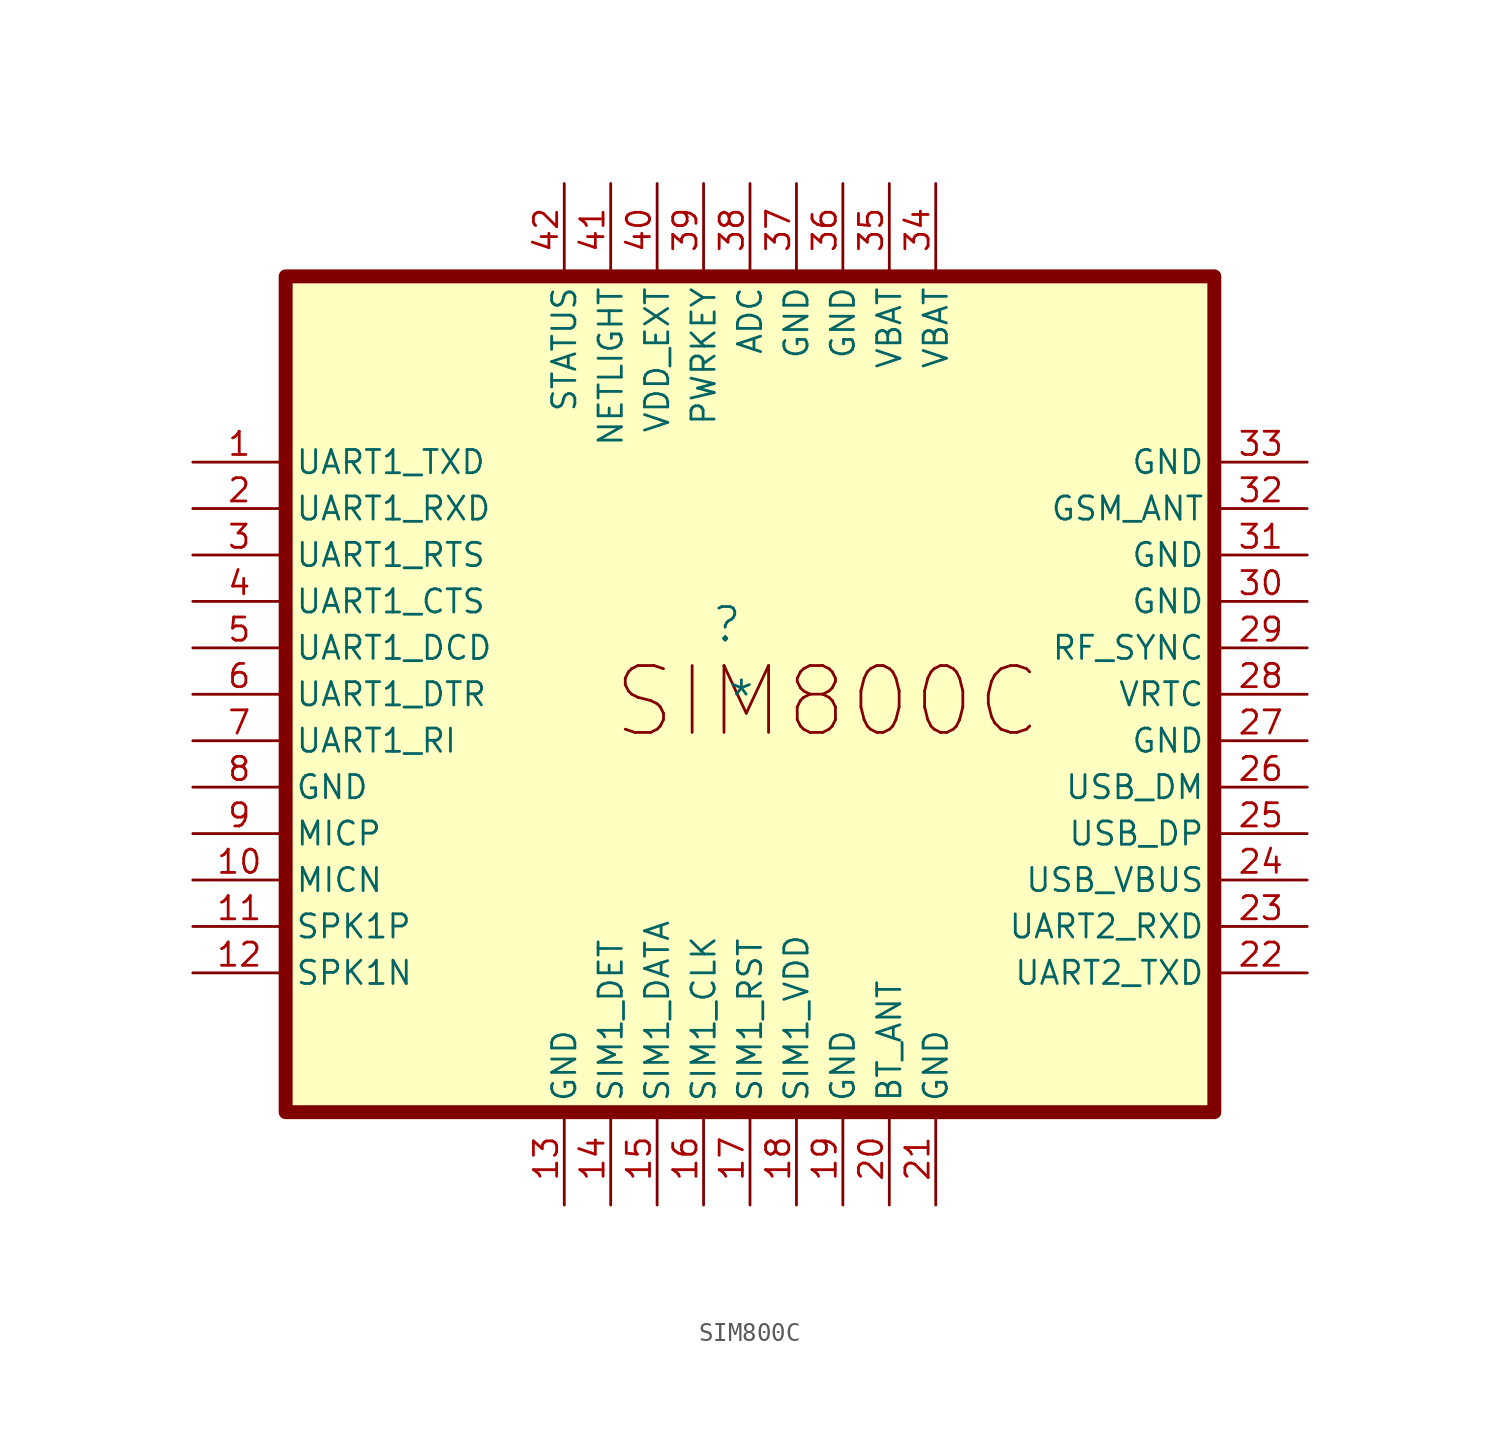
<source format=kicad_sym>
(kicad_symbol_lib
  (version 20241209)
  (generator "kicad_symbol_editor")
  (generator_version "9.0")
  (symbol "SIM800C"
    (property "Reference" ""
      (at -1.27 1.27 0)
      (effects (font (size 1.829 1.829))))
    (property "Value" "*"
      (at -1.27 -3.81 0)
      (effects (font (size 1.829 1.829)) (justify left bottom)))
    (symbol "SIM800C_1_0"
      (rectangle (start 25.4 20.32) (end -25.4 -25.4) (stroke (width 0.762) (type solid) (color 128 0 0 1)) (fill (type background)))
      (text "SIM800C" (at -7.62 -5.08 0) (effects (font (size 3.658 3.658)) (justify left bottom)))
      (pin passive line (at -30.48 10.16 0) (length 5.08) (name "UART1_TXD" (effects (font (size 1.27 1.27)))) (number "1" (effects (font (size 1.27 1.27)))))
      (pin passive line (at -30.48 7.62 0) (length 5.08) (name "UART1_RXD" (effects (font (size 1.27 1.27)))) (number "2" (effects (font (size 1.27 1.27)))))
      (pin passive line (at -30.48 5.08 0) (length 5.08) (name "UART1_RTS" (effects (font (size 1.27 1.27)))) (number "3" (effects (font (size 1.27 1.27)))))
      (pin passive line (at -30.48 2.54 0) (length 5.08) (name "UART1_CTS" (effects (font (size 1.27 1.27)))) (number "4" (effects (font (size 1.27 1.27)))))
      (pin passive line (at -30.48 0 0) (length 5.08) (name "UART1_DCD" (effects (font (size 1.27 1.27)))) (number "5" (effects (font (size 1.27 1.27)))))
      (pin passive line (at -30.48 -2.54 0) (length 5.08) (name "UART1_DTR" (effects (font (size 1.27 1.27)))) (number "6" (effects (font (size 1.27 1.27)))))
      (pin passive line (at -30.48 -5.08 0) (length 5.08) (name "UART1_RI" (effects (font (size 1.27 1.27)))) (number "7" (effects (font (size 1.27 1.27)))))
      (pin passive line (at -30.48 -7.62 0) (length 5.08) (name "GND" (effects (font (size 1.27 1.27)))) (number "8" (effects (font (size 1.27 1.27)))))
      (pin passive line (at -30.48 -10.16 0) (length 5.08) (name "MICP" (effects (font (size 1.27 1.27)))) (number "9" (effects (font (size 1.27 1.27)))))
      (pin passive line (at -30.48 -12.7 0) (length 5.08) (name "MICN" (effects (font (size 1.27 1.27)))) (number "10" (effects (font (size 1.27 1.27)))))
      (pin passive line (at -30.48 -15.24 0) (length 5.08) (name "SPK1P" (effects (font (size 1.27 1.27)))) (number "11" (effects (font (size 1.27 1.27)))))
      (pin passive line (at -30.48 -17.78 0) (length 5.08) (name "SPK1N" (effects (font (size 1.27 1.27)))) (number "12" (effects (font (size 1.27 1.27)))))
      (pin passive line (at -10.16 25.4 270) (length 5.08) (name "STATUS" (effects (font (size 1.27 1.27)))) (number "42" (effects (font (size 1.27 1.27)))))
      (pin passive line (at -10.16 -30.48 90) (length 5.08) (name "GND" (effects (font (size 1.27 1.27)))) (number "13" (effects (font (size 1.27 1.27)))))
      (pin passive line (at -7.62 25.4 270) (length 5.08) (name "NETLIGHT" (effects (font (size 1.27 1.27)))) (number "41" (effects (font (size 1.27 1.27)))))
      (pin passive line (at -7.62 -30.48 90) (length 5.08) (name "SIM1_DET" (effects (font (size 1.27 1.27)))) (number "14" (effects (font (size 1.27 1.27)))))
      (pin passive line (at -5.08 25.4 270) (length 5.08) (name "VDD_EXT" (effects (font (size 1.27 1.27)))) (number "40" (effects (font (size 1.27 1.27)))))
      (pin passive line (at -5.08 -30.48 90) (length 5.08) (name "SIM1_DATA" (effects (font (size 1.27 1.27)))) (number "15" (effects (font (size 1.27 1.27)))))
      (pin passive line (at -2.54 25.4 270) (length 5.08) (name "PWRKEY" (effects (font (size 1.27 1.27)))) (number "39" (effects (font (size 1.27 1.27)))))
      (pin passive line (at -2.54 -30.48 90) (length 5.08) (name "SIM1_CLK" (effects (font (size 1.27 1.27)))) (number "16" (effects (font (size 1.27 1.27)))))
      (pin passive line (at 0 25.4 270) (length 5.08) (name "ADC" (effects (font (size 1.27 1.27)))) (number "38" (effects (font (size 1.27 1.27)))))
      (pin passive line (at 0 -30.48 90) (length 5.08) (name "SIM1_RST" (effects (font (size 1.27 1.27)))) (number "17" (effects (font (size 1.27 1.27)))))
      (pin passive line (at 2.54 25.4 270) (length 5.08) (name "GND" (effects (font (size 1.27 1.27)))) (number "37" (effects (font (size 1.27 1.27)))))
      (pin passive line (at 2.54 -30.48 90) (length 5.08) (name "SIM1_VDD" (effects (font (size 1.27 1.27)))) (number "18" (effects (font (size 1.27 1.27)))))
      (pin passive line (at 5.08 25.4 270) (length 5.08) (name "GND" (effects (font (size 1.27 1.27)))) (number "36" (effects (font (size 1.27 1.27)))))
      (pin passive line (at 5.08 -30.48 90) (length 5.08) (name "GND" (effects (font (size 1.27 1.27)))) (number "19" (effects (font (size 1.27 1.27)))))
      (pin passive line (at 7.62 25.4 270) (length 5.08) (name "VBAT" (effects (font (size 1.27 1.27)))) (number "35" (effects (font (size 1.27 1.27)))))
      (pin passive line (at 7.62 -30.48 90) (length 5.08) (name "BT_ANT" (effects (font (size 1.27 1.27)))) (number "20" (effects (font (size 1.27 1.27)))))
      (pin passive line (at 10.16 25.4 270) (length 5.08) (name "VBAT" (effects (font (size 1.27 1.27)))) (number "34" (effects (font (size 1.27 1.27)))))
      (pin passive line (at 10.16 -30.48 90) (length 5.08) (name "GND" (effects (font (size 1.27 1.27)))) (number "21" (effects (font (size 1.27 1.27)))))
      (pin passive line (at 30.48 10.16 180) (length 5.08) (name "GND" (effects (font (size 1.27 1.27)))) (number "33" (effects (font (size 1.27 1.27)))))
      (pin passive line (at 30.48 7.62 180) (length 5.08) (name "GSM_ANT" (effects (font (size 1.27 1.27)))) (number "32" (effects (font (size 1.27 1.27)))))
      (pin passive line (at 30.48 5.08 180) (length 5.08) (name "GND" (effects (font (size 1.27 1.27)))) (number "31" (effects (font (size 1.27 1.27)))))
      (pin passive line (at 30.48 2.54 180) (length 5.08) (name "GND" (effects (font (size 1.27 1.27)))) (number "30" (effects (font (size 1.27 1.27)))))
      (pin passive line (at 30.48 0 180) (length 5.08) (name "RF_SYNC" (effects (font (size 1.27 1.27)))) (number "29" (effects (font (size 1.27 1.27)))))
      (pin passive line (at 30.48 -2.54 180) (length 5.08) (name "VRTC" (effects (font (size 1.27 1.27)))) (number "28" (effects (font (size 1.27 1.27)))))
      (pin passive line (at 30.48 -5.08 180) (length 5.08) (name "GND" (effects (font (size 1.27 1.27)))) (number "27" (effects (font (size 1.27 1.27)))))
      (pin passive line (at 30.48 -7.62 180) (length 5.08) (name "USB_DM" (effects (font (size 1.27 1.27)))) (number "26" (effects (font (size 1.27 1.27)))))
      (pin passive line (at 30.48 -10.16 180) (length 5.08) (name "USB_DP" (effects (font (size 1.27 1.27)))) (number "25" (effects (font (size 1.27 1.27)))))
      (pin passive line (at 30.48 -12.7 180) (length 5.08) (name "USB_VBUS" (effects (font (size 1.27 1.27)))) (number "24" (effects (font (size 1.27 1.27)))))
      (pin passive line (at 30.48 -15.24 180) (length 5.08) (name "UART2_RXD" (effects (font (size 1.27 1.27)))) (number "23" (effects (font (size 1.27 1.27)))))
      (pin passive line (at 30.48 -17.78 180) (length 5.08) (name "UART2_TXD" (effects (font (size 1.27 1.27)))) (number "22" (effects (font (size 1.27 1.27))))))))
</source>
